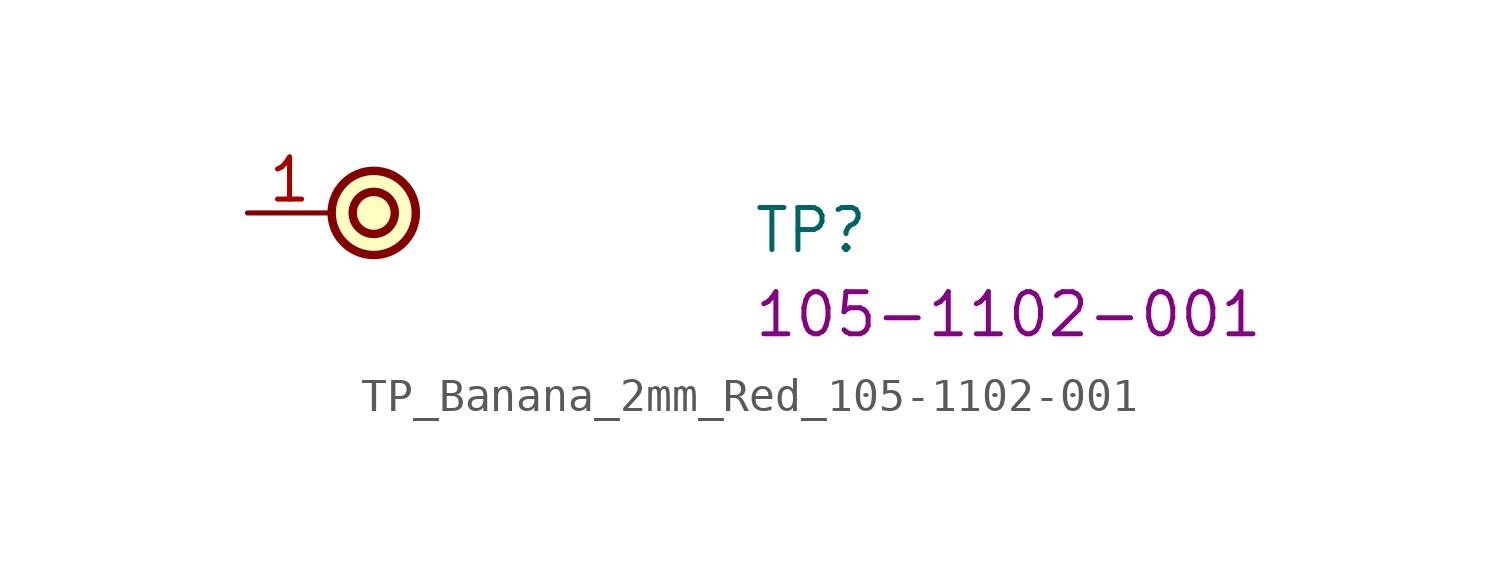
<source format=kicad_sym>
(kicad_symbol_lib
  (version 20220914)
  (generator kicad_symbol_editor)
  (symbol "TP_Banana_2mm_Red_105-1102-001"
    (property "Reference" "TP"
      (at 15.24 -1.27 0)
      (effects (font (size 1.27 1.27) (thickness 0.15)) (justify left bottom)))
    (property "MPN" "105-1102-001"
      (at 15.24 -3.81 0)
      (effects (font (size 1.27 1.27) (thickness 0.15)) (justify left bottom)))
    (symbol "TP_Banana_2mm_Red_105-1102-001_1_1"
      (circle (center 3.81 0) (radius 0.635) (stroke (width 0.254) (type default)) (fill (type background)))
      (circle (center 3.81 0) (radius 1.27) (stroke (width 0.254) (type default)) (fill (type background)))
      (pin passive line (at 0 0 0) (length 2.54) (name "~" (effects (font (size 1.27 1.27)))) (number "1" (effects (font (size 1.27 1.27))))))))
</source>
